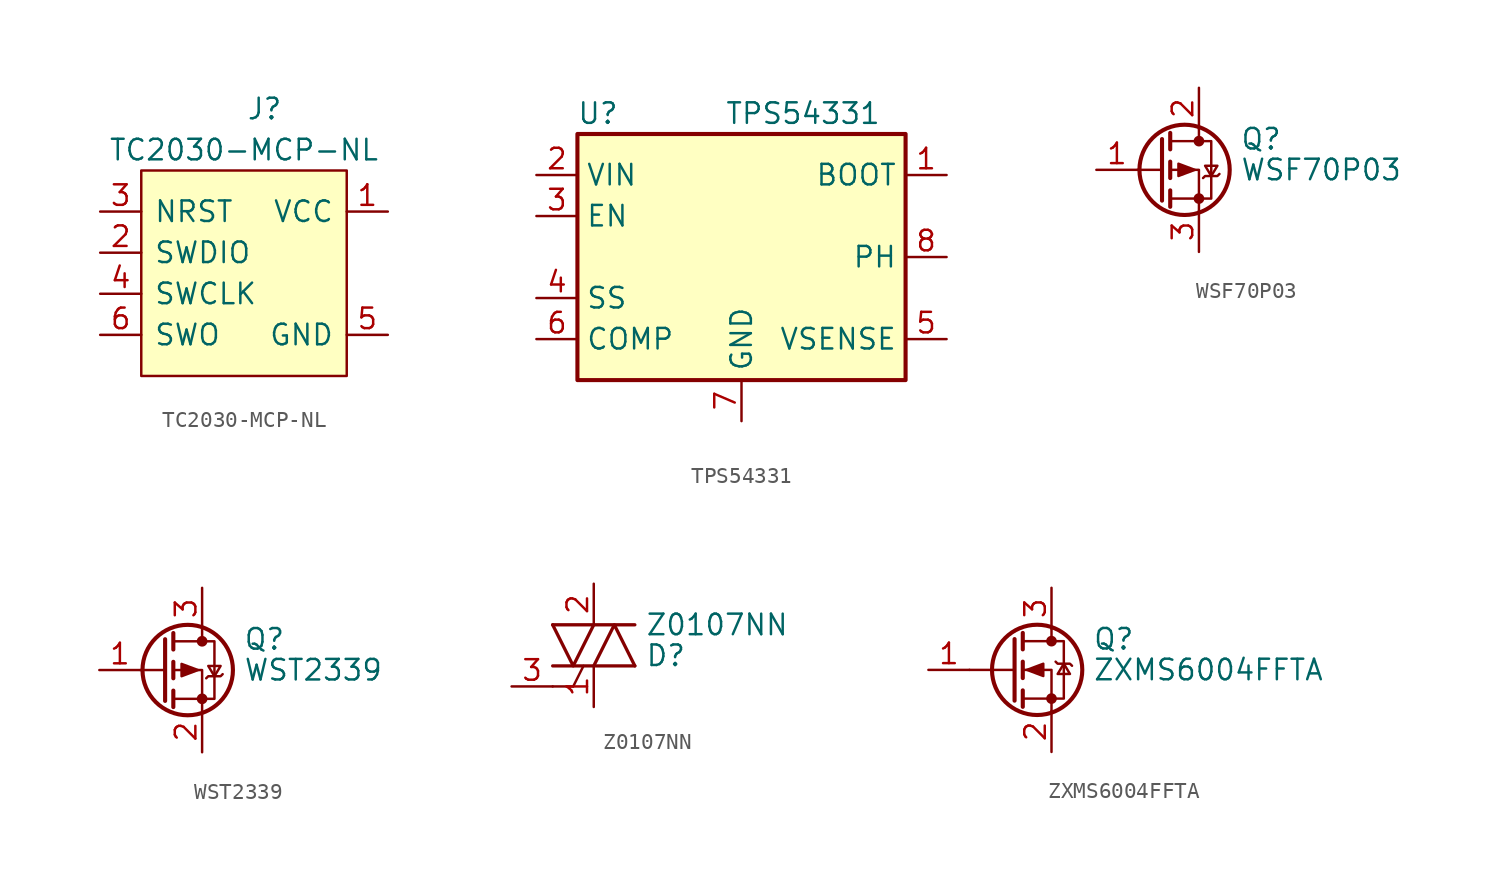
<source format=kicad_sym>
(kicad_symbol_lib
  (version 20220914)
  (generator kicad_symbol_editor)
  (symbol "TC2030-MCP-NL"
    (pin_names
      (offset 0.762))
    (property "Reference" "J"
      (at 1.27 10.16 0)
      (effects (font (size 1.27 1.27))))
    (property "Value" "TC2030-MCP-NL"
      (at 0 7.62 0)
      (effects (font (size 1.27 1.27))))
    (symbol "TC2030-MCP-NL_0_0"
      (pin power_out line (at 8.89 3.81 180) (length 2.54) (name "VCC" (effects (font (size 1.27 1.27)))) (number "1" (effects (font (size 1.27 1.27)))))
      (pin passive line (at -8.89 1.27 0) (length 2.54) (name "SWDIO" (effects (font (size 1.27 1.27)))) (number "2" (effects (font (size 1.27 1.27)))))
      (pin passive line (at -8.89 3.81 0) (length 2.54) (name "NRST" (effects (font (size 1.27 1.27)))) (number "3" (effects (font (size 1.27 1.27)))))
      (pin passive line (at -8.89 -1.27 0) (length 2.54) (name "SWCLK" (effects (font (size 1.27 1.27)))) (number "4" (effects (font (size 1.27 1.27)))))
      (pin power_out line (at 8.89 -3.81 180) (length 2.54) (name "GND" (effects (font (size 1.27 1.27)))) (number "5" (effects (font (size 1.27 1.27)))))
      (pin passive line (at -8.89 -3.81 0) (length 2.54) (name "SWO" (effects (font (size 1.27 1.27)))) (number "6" (effects (font (size 1.27 1.27))))))
    (symbol "TC2030-MCP-NL_0_1"
      (rectangle (start -6.35 6.35) (end 6.35 -6.35) (stroke (width 0) (type default)) (fill (type background)))))
  (symbol "TPS54331"
    (property "Reference" "U"
      (at -8.89 8.89 0)
      (effects (font (size 1.27 1.27))))
    (property "Value" "TPS54331"
      (at 3.81 8.89 0)
      (effects (font (size 1.27 1.27))))
    (symbol "TPS54331_1_1"
      (rectangle (start -10.16 7.62) (end 10.16 -7.62) (stroke (width 0.254) (type default)) (fill (type background)))
      (pin output line (at 12.7 5.08 180) (length 2.54) (name "BOOT" (effects (font (size 1.27 1.27)))) (number "1" (effects (font (size 1.27 1.27)))))
      (pin power_in line (at -12.7 5.08 0) (length 2.54) (name "VIN" (effects (font (size 1.27 1.27)))) (number "2" (effects (font (size 1.27 1.27)))))
      (pin input line (at -12.7 2.54 0) (length 2.54) (name "EN" (effects (font (size 1.27 1.27)))) (number "3" (effects (font (size 1.27 1.27)))))
      (pin output line (at -12.7 -2.54 0) (length 2.54) (name "SS" (effects (font (size 1.27 1.27)))) (number "4" (effects (font (size 1.27 1.27)))))
      (pin input line (at 12.7 -5.08 180) (length 2.54) (name "VSENSE" (effects (font (size 1.27 1.27)))) (number "5" (effects (font (size 1.27 1.27)))))
      (pin output line (at -12.7 -5.08 0) (length 2.54) (name "COMP" (effects (font (size 1.27 1.27)))) (number "6" (effects (font (size 1.27 1.27)))))
      (pin power_in line (at 0 -10.16 90) (length 2.54) (name "GND" (effects (font (size 1.27 1.27)))) (number "7" (effects (font (size 1.27 1.27)))))
      (pin output line (at 12.7 0 180) (length 2.54) (name "PH" (effects (font (size 1.27 1.27)))) (number "8" (effects (font (size 1.27 1.27)))))))
  (symbol "WSF70P03"
    (pin_names hide)
    (property "Reference" "Q"
      (at 5.08 1.905 0)
      (effects (font (size 1.27 1.27)) (justify left)))
    (property "Value" "WSF70P03"
      (at 5.08 0 0)
      (effects (font (size 1.27 1.27)) (justify left)))
    (symbol "WSF70P03_0_1"
      (polyline (pts (xy 0.254 0) (xy -1.27 0)) (stroke (width 0) (type default)) (fill (type none)))
      (polyline (pts (xy 0.254 1.905) (xy 0.254 -1.905)) (stroke (width 0.254) (type default)) (fill (type none)))
      (polyline (pts (xy 0.762 -1.27) (xy 0.762 -2.286)) (stroke (width 0.254) (type default)) (fill (type none)))
      (polyline (pts (xy 0.762 0.508) (xy 0.762 -0.508)) (stroke (width 0.254) (type default)) (fill (type none)))
      (polyline (pts (xy 0.762 2.286) (xy 0.762 1.27)) (stroke (width 0.254) (type default)) (fill (type none)))
      (polyline (pts (xy 2.54 2.54) (xy 2.54 1.778)) (stroke (width 0) (type default)) (fill (type none)))
      (polyline (pts (xy 2.54 -2.54) (xy 2.54 0) (xy 0.762 0)) (stroke (width 0) (type default)) (fill (type none)))
      (polyline (pts (xy 0.762 1.778) (xy 3.302 1.778) (xy 3.302 -1.778) (xy 0.762 -1.778)) (stroke (width 0) (type default)) (fill (type none)))
      (polyline (pts (xy 2.286 0) (xy 1.27 0.381) (xy 1.27 -0.381) (xy 2.286 0)) (stroke (width 0) (type default)) (fill (type outline)))
      (polyline (pts (xy 2.794 -0.508) (xy 2.921 -0.381) (xy 3.683 -0.381) (xy 3.81 -0.254)) (stroke (width 0) (type default)) (fill (type none)))
      (polyline (pts (xy 3.302 -0.381) (xy 2.921 0.254) (xy 3.683 0.254) (xy 3.302 -0.381)) (stroke (width 0) (type default)) (fill (type none)))
      (circle (center 1.651 0) (radius 2.794) (stroke (width 0.254) (type default)) (fill (type none)))
      (circle (center 2.54 -1.778) (radius 0.254) (stroke (width 0) (type default)) (fill (type outline)))
      (circle (center 2.54 1.778) (radius 0.254) (stroke (width 0) (type default)) (fill (type outline))))
    (symbol "WSF70P03_1_1"
      (pin input line (at -3.81 0 0) (length 2.54) (name "G" (effects (font (size 1.27 1.27)))) (number "1" (effects (font (size 1.27 1.27)))))
      (pin passive line (at 2.54 5.08 270) (length 2.54) (name "D" (effects (font (size 1.27 1.27)))) (number "2" (effects (font (size 1.27 1.27)))))
      (pin passive line (at 2.54 -5.08 90) (length 2.54) (name "S" (effects (font (size 1.27 1.27)))) (number "3" (effects (font (size 1.27 1.27)))))))
  (symbol "WST2339"
    (pin_names hide)
    (property "Reference" "Q"
      (at 5.08 1.905 0)
      (effects (font (size 1.27 1.27)) (justify left)))
    (property "Value" "WST2339"
      (at 5.08 0 0)
      (effects (font (size 1.27 1.27)) (justify left)))
    (symbol "WST2339_0_1"
      (polyline (pts (xy 0.254 0) (xy -1.27 0)) (stroke (width 0) (type default)) (fill (type none)))
      (polyline (pts (xy 0.254 1.905) (xy 0.254 -1.905)) (stroke (width 0.254) (type default)) (fill (type none)))
      (polyline (pts (xy 0.762 -1.27) (xy 0.762 -2.286)) (stroke (width 0.254) (type default)) (fill (type none)))
      (polyline (pts (xy 0.762 0.508) (xy 0.762 -0.508)) (stroke (width 0.254) (type default)) (fill (type none)))
      (polyline (pts (xy 0.762 2.286) (xy 0.762 1.27)) (stroke (width 0.254) (type default)) (fill (type none)))
      (polyline (pts (xy 2.54 2.54) (xy 2.54 1.778)) (stroke (width 0) (type default)) (fill (type none)))
      (polyline (pts (xy 2.54 -2.54) (xy 2.54 0) (xy 0.762 0)) (stroke (width 0) (type default)) (fill (type none)))
      (polyline (pts (xy 0.762 1.778) (xy 3.302 1.778) (xy 3.302 -1.778) (xy 0.762 -1.778)) (stroke (width 0) (type default)) (fill (type none)))
      (polyline (pts (xy 2.286 0) (xy 1.27 0.381) (xy 1.27 -0.381) (xy 2.286 0)) (stroke (width 0) (type default)) (fill (type outline)))
      (polyline (pts (xy 2.794 -0.508) (xy 2.921 -0.381) (xy 3.683 -0.381) (xy 3.81 -0.254)) (stroke (width 0) (type default)) (fill (type none)))
      (polyline (pts (xy 3.302 -0.381) (xy 2.921 0.254) (xy 3.683 0.254) (xy 3.302 -0.381)) (stroke (width 0) (type default)) (fill (type none)))
      (circle (center 1.651 0) (radius 2.794) (stroke (width 0.254) (type default)) (fill (type none)))
      (circle (center 2.54 -1.778) (radius 0.254) (stroke (width 0) (type default)) (fill (type outline)))
      (circle (center 2.54 1.778) (radius 0.254) (stroke (width 0) (type default)) (fill (type outline))))
    (symbol "WST2339_1_1"
      (pin input line (at -3.81 0 0) (length 2.54) (name "G" (effects (font (size 1.27 1.27)))) (number "1" (effects (font (size 1.27 1.27)))))
      (pin passive line (at 2.54 -5.08 90) (length 2.54) (name "S" (effects (font (size 1.27 1.27)))) (number "2" (effects (font (size 1.27 1.27)))))
      (pin passive line (at 2.54 5.08 270) (length 2.54) (name "D" (effects (font (size 1.27 1.27)))) (number "3" (effects (font (size 1.27 1.27)))))))
  (symbol "Z0107NN"
    (pin_names
      (offset 0) hide)
    (property "Reference" "D"
      (at 3.175 -0.635 0)
      (effects (font (size 1.27 1.27)) (justify left)))
    (property "Value" "Z0107NN"
      (at 3.175 1.27 0)
      (effects (font (size 1.27 1.27)) (justify left)))
    (symbol "Z0107NN_0_1"
      (polyline (pts (xy -2.54 -2.54) (xy -1.27 -2.54)) (stroke (width 0) (type default)) (fill (type none)))
      (polyline (pts (xy -2.54 -1.27) (xy 2.54 -1.27)) (stroke (width 0.203) (type default)) (fill (type none)))
      (polyline (pts (xy -2.54 1.27) (xy 2.54 1.27)) (stroke (width 0.203) (type default)) (fill (type none)))
      (polyline (pts (xy -1.27 -2.54) (xy -0.635 -1.27)) (stroke (width 0) (type default)) (fill (type none)))
      (polyline (pts (xy -2.54 1.27) (xy -1.27 -1.27) (xy 0 1.27)) (stroke (width 0.203) (type default)) (fill (type none)))
      (polyline (pts (xy 0 -1.27) (xy 1.27 1.27) (xy 2.54 -1.27)) (stroke (width 0.203) (type default)) (fill (type none))))
    (symbol "Z0107NN_1_1"
      (pin passive line (at 0 -3.81 90) (length 2.54) (name "A1" (effects (font (size 1.27 1.27)))) (number "1" (effects (font (size 1.27 1.27)))))
      (pin passive line (at 0 3.81 270) (length 2.54) (name "A2" (effects (font (size 1.27 1.27)))) (number "2" (effects (font (size 1.27 1.27)))))
      (pin input line (at -5.08 -2.54 0) (length 2.54) (name "G" (effects (font (size 1.27 1.27)))) (number "3" (effects (font (size 1.27 1.27)))))
      (pin passive line (at 0 3.81 270) (length 2.54) hide (name "A4" (effects (font (size 1.27 1.27)))) (number "4" (effects (font (size 1.27 1.27)))))))
  (symbol "ZXMS6004FFTA"
    (pin_names hide)
    (property "Reference" "Q"
      (at 5.08 1.905 0)
      (effects (font (size 1.27 1.27)) (justify left)))
    (property "Value" "ZXMS6004FFTA"
      (at 5.08 0 0)
      (effects (font (size 1.27 1.27)) (justify left)))
    (symbol "ZXMS6004FFTA_0_1"
      (polyline (pts (xy 0.254 0) (xy -2.54 0)) (stroke (width 0) (type default)) (fill (type none)))
      (polyline (pts (xy 0.254 1.905) (xy 0.254 -1.905)) (stroke (width 0.254) (type default)) (fill (type none)))
      (polyline (pts (xy 0.762 -1.27) (xy 0.762 -2.286)) (stroke (width 0.254) (type default)) (fill (type none)))
      (polyline (pts (xy 0.762 0.508) (xy 0.762 -0.508)) (stroke (width 0.254) (type default)) (fill (type none)))
      (polyline (pts (xy 0.762 2.286) (xy 0.762 1.27)) (stroke (width 0.254) (type default)) (fill (type none)))
      (polyline (pts (xy 2.54 2.54) (xy 2.54 1.778)) (stroke (width 0) (type default)) (fill (type none)))
      (polyline (pts (xy 2.54 -2.54) (xy 2.54 0) (xy 0.762 0)) (stroke (width 0) (type default)) (fill (type none)))
      (polyline (pts (xy 0.762 -1.778) (xy 3.302 -1.778) (xy 3.302 1.778) (xy 0.762 1.778)) (stroke (width 0) (type default)) (fill (type none)))
      (polyline (pts (xy 1.016 0) (xy 2.032 0.381) (xy 2.032 -0.381) (xy 1.016 0)) (stroke (width 0) (type default)) (fill (type outline)))
      (polyline (pts (xy 2.794 0.508) (xy 2.921 0.381) (xy 3.683 0.381) (xy 3.81 0.254)) (stroke (width 0) (type default)) (fill (type none)))
      (polyline (pts (xy 3.302 0.381) (xy 2.921 -0.254) (xy 3.683 -0.254) (xy 3.302 0.381)) (stroke (width 0) (type default)) (fill (type none)))
      (circle (center 1.651 0) (radius 2.794) (stroke (width 0.254) (type default)) (fill (type none)))
      (circle (center 2.54 -1.778) (radius 0.254) (stroke (width 0) (type default)) (fill (type outline)))
      (circle (center 2.54 1.778) (radius 0.254) (stroke (width 0) (type default)) (fill (type outline))))
    (symbol "ZXMS6004FFTA_1_1"
      (pin input line (at -5.08 0 0) (length 2.54) (name "G" (effects (font (size 1.27 1.27)))) (number "1" (effects (font (size 1.27 1.27)))))
      (pin passive line (at 2.54 -5.08 90) (length 2.54) (name "S" (effects (font (size 1.27 1.27)))) (number "2" (effects (font (size 1.27 1.27)))))
      (pin passive line (at 2.54 5.08 270) (length 2.54) (name "D" (effects (font (size 1.27 1.27)))) (number "3" (effects (font (size 1.27 1.27))))))))
</source>
